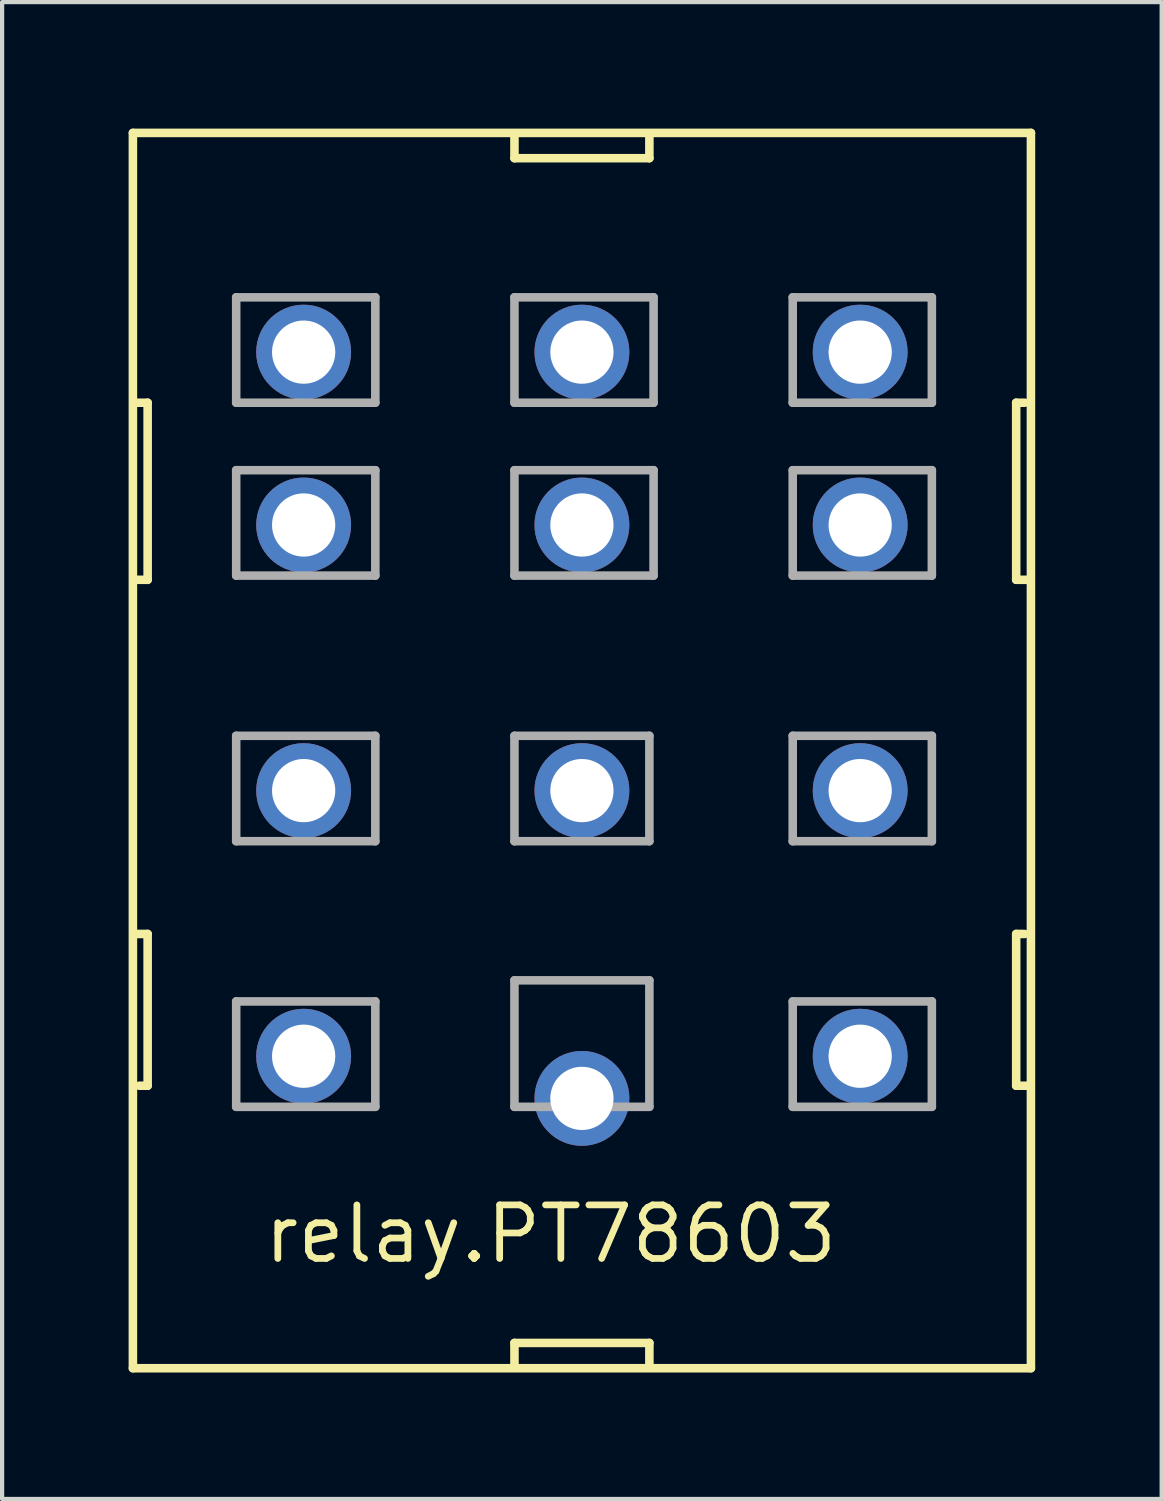
<source format=kicad_pcb>
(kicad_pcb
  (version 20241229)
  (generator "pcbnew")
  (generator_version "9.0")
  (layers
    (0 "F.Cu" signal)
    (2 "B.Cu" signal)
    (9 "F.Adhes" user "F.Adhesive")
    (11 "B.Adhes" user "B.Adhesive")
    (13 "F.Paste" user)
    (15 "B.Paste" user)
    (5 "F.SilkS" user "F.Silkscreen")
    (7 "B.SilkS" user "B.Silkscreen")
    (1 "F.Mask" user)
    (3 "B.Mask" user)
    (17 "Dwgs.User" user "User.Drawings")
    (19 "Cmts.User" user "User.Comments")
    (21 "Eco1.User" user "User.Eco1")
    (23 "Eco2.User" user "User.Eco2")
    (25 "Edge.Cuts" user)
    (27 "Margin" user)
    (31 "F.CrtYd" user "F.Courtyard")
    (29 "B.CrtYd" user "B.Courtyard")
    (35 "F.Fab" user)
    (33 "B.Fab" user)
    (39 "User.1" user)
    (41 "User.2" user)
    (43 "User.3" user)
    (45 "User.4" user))
  (footprint "relay.PT78603"
    (layer "F.Cu")
    (at 10.752 22.002)
    (property "Reference" "relay.PT78603" (at -7.62 4.96 0) (layer "F.SilkS") (effects (font (size 1.27 1.27) (thickness 0.16)) (justify left bottom)))
    (attr through_hole)
    (fp_line (start -10.65 -21.9) (end 10.65 -21.9) (stroke (width 0.203) (type default)) (layer "F.SilkS"))
    (fp_line (start -10.65 7.4) (end -10.65 -21.9) (stroke (width 0.203) (type default)) (layer "F.SilkS"))
    (fp_line (start -10.6 -11.3) (end -10.3 -11.3) (stroke (width 0.203) (type default)) (layer "F.SilkS"))
    (fp_line (start -10.3 -15.5) (end -10.6 -15.5) (stroke (width 0.203) (type default)) (layer "F.SilkS"))
    (fp_line (start -10.3 -11.3) (end -10.3 -15.5) (stroke (width 0.203) (type default)) (layer "F.SilkS"))
    (fp_line (start -10.3 -2.9) (end -10.6 -2.9) (stroke (width 0.203) (type default)) (layer "F.SilkS"))
    (fp_line (start -10.3 0.7) (end -10.5 0.7) (stroke (width 0.203) (type default)) (layer "F.SilkS"))
    (fp_line (start -10.3 0.7) (end -10.3 -2.9) (stroke (width 0.203) (type default)) (layer "F.SilkS"))
    (fp_line (start -1.6 -21.3) (end -1.6 -21.8) (stroke (width 0.203) (type default)) (layer "F.SilkS"))
    (fp_line (start -1.6 6.8) (end 1.6 6.8) (stroke (width 0.203) (type default)) (layer "F.SilkS"))
    (fp_line (start -1.6 7.3) (end -1.6 6.8) (stroke (width 0.203) (type default)) (layer "F.SilkS"))
    (fp_line (start 1.6 -21.8) (end 1.6 -21.3) (stroke (width 0.203) (type default)) (layer "F.SilkS"))
    (fp_line (start 1.6 -21.3) (end -1.6 -21.3) (stroke (width 0.203) (type default)) (layer "F.SilkS"))
    (fp_line (start 1.6 6.8) (end 1.6 7.3) (stroke (width 0.203) (type default)) (layer "F.SilkS"))
    (fp_line (start 10.3 -15.5) (end 10.5 -15.5) (stroke (width 0.203) (type default)) (layer "F.SilkS"))
    (fp_line (start 10.3 -11.3) (end 10.3 -15.5) (stroke (width 0.203) (type default)) (layer "F.SilkS"))
    (fp_line (start 10.3 -2.9) (end 10.5 -2.9) (stroke (width 0.203) (type default)) (layer "F.SilkS"))
    (fp_line (start 10.3 0.7) (end 10.3 -2.9) (stroke (width 0.203) (type default)) (layer "F.SilkS"))
    (fp_line (start 10.6 -11.3) (end 10.3 -11.3) (stroke (width 0.203) (type default)) (layer "F.SilkS"))
    (fp_line (start 10.6 0.7) (end 10.3 0.7) (stroke (width 0.203) (type default)) (layer "F.SilkS"))
    (fp_line (start 10.65 -21.9) (end 10.65 7.4) (stroke (width 0.203) (type default)) (layer "F.SilkS"))
    (fp_line (start 10.65 7.4) (end -10.65 7.4) (stroke (width 0.203) (type default)) (layer "F.SilkS"))
    (fp_line (start -8.2 -18) (end -4.9 -18) (stroke (width 0.203) (type default)) (layer "F.Fab"))
    (fp_line (start -8.2 -15.5) (end -8.2 -18) (stroke (width 0.203) (type default)) (layer "F.Fab"))
    (fp_line (start -8.2 -13.9) (end -4.9 -13.9) (stroke (width 0.203) (type default)) (layer "F.Fab"))
    (fp_line (start -8.2 -11.4) (end -8.2 -13.9) (stroke (width 0.203) (type default)) (layer "F.Fab"))
    (fp_line (start -8.2 -7.6) (end -4.9 -7.6) (stroke (width 0.203) (type default)) (layer "F.Fab"))
    (fp_line (start -8.2 -5.1) (end -8.2 -7.6) (stroke (width 0.203) (type default)) (layer "F.Fab"))
    (fp_line (start -8.2 -1.3) (end -4.9 -1.3) (stroke (width 0.203) (type default)) (layer "F.Fab"))
    (fp_line (start -8.2 1.2) (end -8.2 -1.3) (stroke (width 0.203) (type default)) (layer "F.Fab"))
    (fp_line (start -4.9 -18) (end -4.9 -15.5) (stroke (width 0.203) (type default)) (layer "F.Fab"))
    (fp_line (start -4.9 -15.5) (end -8.2 -15.5) (stroke (width 0.203) (type default)) (layer "F.Fab"))
    (fp_line (start -4.9 -13.9) (end -4.9 -11.4) (stroke (width 0.203) (type default)) (layer "F.Fab"))
    (fp_line (start -4.9 -11.4) (end -8.2 -11.4) (stroke (width 0.203) (type default)) (layer "F.Fab"))
    (fp_line (start -4.9 -7.6) (end -4.9 -5.1) (stroke (width 0.203) (type default)) (layer "F.Fab"))
    (fp_line (start -4.9 -5.1) (end -8.2 -5.1) (stroke (width 0.203) (type default)) (layer "F.Fab"))
    (fp_line (start -4.9 -1.3) (end -4.9 1.2) (stroke (width 0.203) (type default)) (layer "F.Fab"))
    (fp_line (start -4.9 1.2) (end -8.2 1.2) (stroke (width 0.203) (type default)) (layer "F.Fab"))
    (fp_line (start -1.6 -18) (end 1.7 -18) (stroke (width 0.203) (type default)) (layer "F.Fab"))
    (fp_line (start -1.6 -15.5) (end -1.6 -18) (stroke (width 0.203) (type default)) (layer "F.Fab"))
    (fp_line (start -1.6 -13.9) (end 1.7 -13.9) (stroke (width 0.203) (type default)) (layer "F.Fab"))
    (fp_line (start -1.6 -11.4) (end -1.6 -13.9) (stroke (width 0.203) (type default)) (layer "F.Fab"))
    (fp_line (start -1.6 -7.6) (end 1.6 -7.6) (stroke (width 0.203) (type default)) (layer "F.Fab"))
    (fp_line (start -1.6 -5.1) (end -1.6 -7.6) (stroke (width 0.203) (type default)) (layer "F.Fab"))
    (fp_line (start -1.6 -1.8) (end 1.6 -1.8) (stroke (width 0.203) (type default)) (layer "F.Fab"))
    (fp_line (start -1.6 1.2) (end -1.6 -1.8) (stroke (width 0.203) (type default)) (layer "F.Fab"))
    (fp_line (start 1.6 -7.6) (end 1.6 -5.1) (stroke (width 0.203) (type default)) (layer "F.Fab"))
    (fp_line (start 1.6 -5.1) (end -1.6 -5.1) (stroke (width 0.203) (type default)) (layer "F.Fab"))
    (fp_line (start 1.6 -1.8) (end 1.6 1.2) (stroke (width 0.203) (type default)) (layer "F.Fab"))
    (fp_line (start 1.6 1.2) (end -1.6 1.2) (stroke (width 0.203) (type default)) (layer "F.Fab"))
    (fp_line (start 1.7 -18) (end 1.7 -15.5) (stroke (width 0.203) (type default)) (layer "F.Fab"))
    (fp_line (start 1.7 -15.5) (end -1.6 -15.5) (stroke (width 0.203) (type default)) (layer "F.Fab"))
    (fp_line (start 1.7 -13.9) (end 1.7 -11.4) (stroke (width 0.203) (type default)) (layer "F.Fab"))
    (fp_line (start 1.7 -11.4) (end -1.6 -11.4) (stroke (width 0.203) (type default)) (layer "F.Fab"))
    (fp_line (start 5 -18) (end 8.3 -18) (stroke (width 0.203) (type default)) (layer "F.Fab"))
    (fp_line (start 5 -15.5) (end 5 -18) (stroke (width 0.203) (type default)) (layer "F.Fab"))
    (fp_line (start 5 -13.9) (end 8.3 -13.9) (stroke (width 0.203) (type default)) (layer "F.Fab"))
    (fp_line (start 5 -11.4) (end 5 -13.9) (stroke (width 0.203) (type default)) (layer "F.Fab"))
    (fp_line (start 5 -7.6) (end 8.3 -7.6) (stroke (width 0.203) (type default)) (layer "F.Fab"))
    (fp_line (start 5 -5.1) (end 5 -7.6) (stroke (width 0.203) (type default)) (layer "F.Fab"))
    (fp_line (start 5 -1.3) (end 8.3 -1.3) (stroke (width 0.203) (type default)) (layer "F.Fab"))
    (fp_line (start 5 1.2) (end 5 -1.3) (stroke (width 0.203) (type default)) (layer "F.Fab"))
    (fp_line (start 8.3 -18) (end 8.3 -15.5) (stroke (width 0.203) (type default)) (layer "F.Fab"))
    (fp_line (start 8.3 -15.5) (end 5 -15.5) (stroke (width 0.203) (type default)) (layer "F.Fab"))
    (fp_line (start 8.3 -13.9) (end 8.3 -11.4) (stroke (width 0.203) (type default)) (layer "F.Fab"))
    (fp_line (start 8.3 -11.4) (end 5 -11.4) (stroke (width 0.203) (type default)) (layer "F.Fab"))
    (fp_line (start 8.3 -7.6) (end 8.3 -5.1) (stroke (width 0.203) (type default)) (layer "F.Fab"))
    (fp_line (start 8.3 -5.1) (end 5 -5.1) (stroke (width 0.203) (type default)) (layer "F.Fab"))
    (fp_line (start 8.3 -1.3) (end 8.3 1.2) (stroke (width 0.203) (type default)) (layer "F.Fab"))
    (fp_line (start 8.3 1.2) (end 5 1.2) (stroke (width 0.203) (type default)) (layer "F.Fab"))
    (pad "11" thru_hole circle (at 6.6 -6.3) (size 2.25 2.25) (drill 1.5) (layers "*.Cu" "*.Mask"))
    (pad "12" thru_hole circle (at 6.6 -16.7) (size 2.25 2.25) (drill 1.5) (layers "*.Cu" "*.Mask"))
    (pad "14" thru_hole circle (at 6.6 -12.6) (size 2.25 2.25) (drill 1.5) (layers "*.Cu" "*.Mask"))
    (pad "21" thru_hole circle (at 0 -6.3) (size 2.25 2.25) (drill 1.5) (layers "*.Cu" "*.Mask"))
    (pad "22" thru_hole circle (at 0 -16.7) (size 2.25 2.25) (drill 1.5) (layers "*.Cu" "*.Mask"))
    (pad "24" thru_hole circle (at 0 -12.6) (size 2.25 2.25) (drill 1.5) (layers "*.Cu" "*.Mask"))
    (pad "31" thru_hole circle (at -6.6 -6.3) (size 2.25 2.25) (drill 1.5) (layers "*.Cu" "*.Mask"))
    (pad "32" thru_hole circle (at -6.6 -16.7) (size 2.25 2.25) (drill 1.5) (layers "*.Cu" "*.Mask"))
    (pad "34" thru_hole circle (at -6.6 -12.6) (size 2.25 2.25) (drill 1.5) (layers "*.Cu" "*.Mask"))
    (pad "A1" thru_hole circle (at 6.6 0) (size 2.25 2.25) (drill 1.5) (layers "*.Cu" "*.Mask"))
    (pad "A2" thru_hole circle (at -6.6 0) (size 2.25 2.25) (drill 1.5) (layers "*.Cu" "*.Mask"))
    (pad "M" thru_hole circle (at 0 1) (size 2.25 2.25) (drill 1.5) (layers "*.Cu" "*.Mask")))
  (gr_rect
    (start -3 -3)
    (end 24.503 32.503)
    (stroke (width 0.1) (type default))
    (fill no)
    (layer "Edge.Cuts")))
</source>
